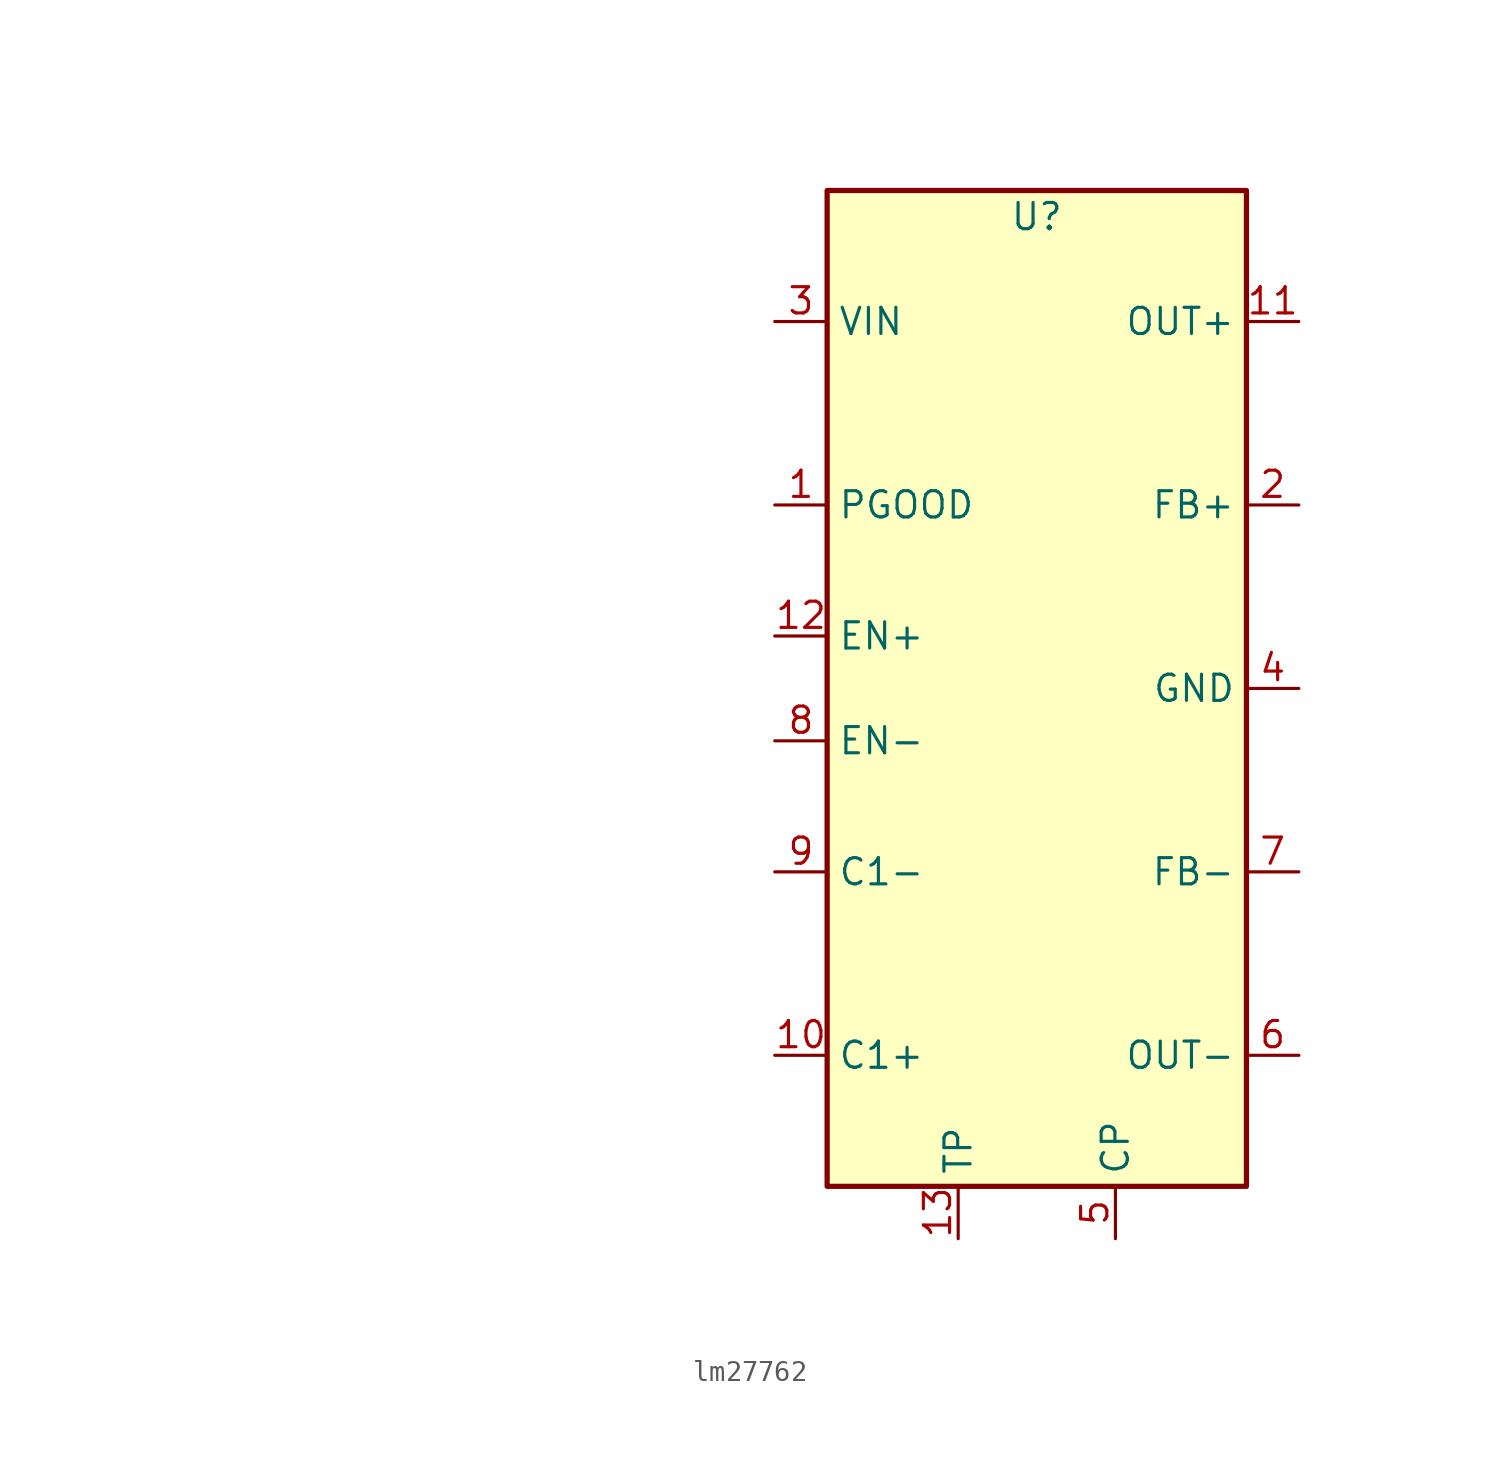
<source format=kicad_sym>
(kicad_symbol_lib
  (version 20220914)
  (generator kicad_symbol_editor)
  (symbol "lm27762"
    (property "Reference" "U"
      (at 0 22.86 0)
      (effects (font (size 1.27 1.27))))
    (property "Value" ""
      (at -40.64 6.35 0)
      (effects (font (size 1.27 1.27))))
    (symbol "lm27762_1_1"
      (rectangle (start -10.16 24.13) (end 10.16 -24.13) (stroke (width 0.254) (type default)) (fill (type background)))
      (pin passive line (at -12.7 8.89 0) (length 2.54) (name "PGOOD" (effects (font (size 1.27 1.27)))) (number "1" (effects (font (size 1.27 1.27)))))
      (pin passive line (at -12.7 -17.78 0) (length 2.54) (name "C1+" (effects (font (size 1.27 1.27)))) (number "10" (effects (font (size 1.27 1.27)))))
      (pin passive line (at 12.7 17.78 180) (length 2.54) (name "OUT+" (effects (font (size 1.27 1.27)))) (number "11" (effects (font (size 1.27 1.27)))))
      (pin passive line (at -12.7 2.54 0) (length 2.54) (name "EN+" (effects (font (size 1.27 1.27)))) (number "12" (effects (font (size 1.27 1.27)))))
      (pin passive line (at -3.81 -26.67 90) (length 2.54) (name "TP" (effects (font (size 1.27 1.27)))) (number "13" (effects (font (size 1.27 1.27)))))
      (pin passive line (at 12.7 8.89 180) (length 2.54) (name "FB+" (effects (font (size 1.27 1.27)))) (number "2" (effects (font (size 1.27 1.27)))))
      (pin passive line (at -12.7 17.78 0) (length 2.54) (name "VIN" (effects (font (size 1.27 1.27)))) (number "3" (effects (font (size 1.27 1.27)))))
      (pin passive line (at 12.7 0 180) (length 2.54) (name "GND" (effects (font (size 1.27 1.27)))) (number "4" (effects (font (size 1.27 1.27)))))
      (pin passive line (at 3.81 -26.67 90) (length 2.54) (name "CP" (effects (font (size 1.27 1.27)))) (number "5" (effects (font (size 1.27 1.27)))))
      (pin passive line (at 12.7 -17.78 180) (length 2.54) (name "OUT-" (effects (font (size 1.27 1.27)))) (number "6" (effects (font (size 1.27 1.27)))))
      (pin passive line (at 12.7 -8.89 180) (length 2.54) (name "FB-" (effects (font (size 1.27 1.27)))) (number "7" (effects (font (size 1.27 1.27)))))
      (pin passive line (at -12.7 -2.54 0) (length 2.54) (name "EN-" (effects (font (size 1.27 1.27)))) (number "8" (effects (font (size 1.27 1.27)))))
      (pin passive line (at -12.7 -8.89 0) (length 2.54) (name "C1-" (effects (font (size 1.27 1.27)))) (number "9" (effects (font (size 1.27 1.27))))))))
</source>
